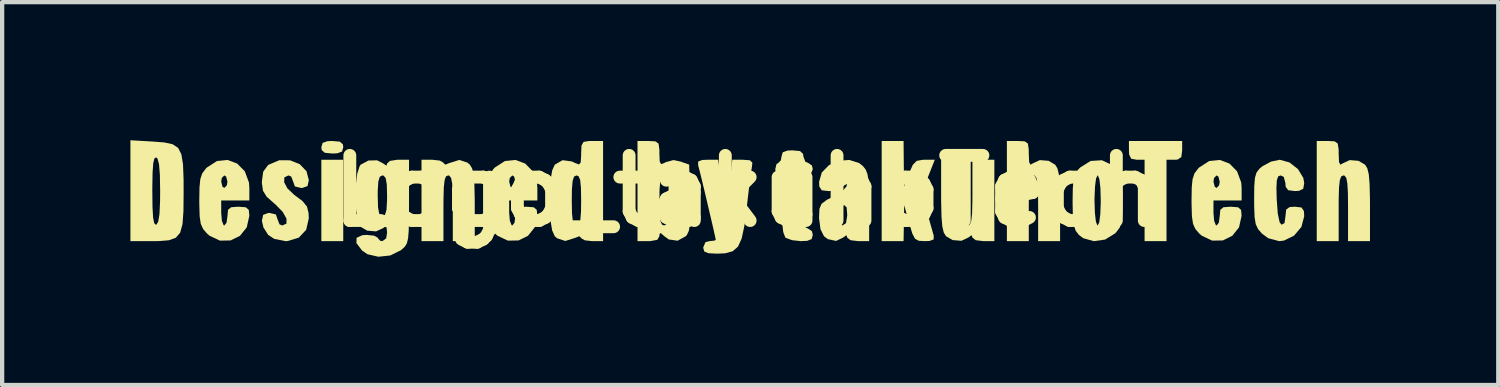
<source format=kicad_pcb>
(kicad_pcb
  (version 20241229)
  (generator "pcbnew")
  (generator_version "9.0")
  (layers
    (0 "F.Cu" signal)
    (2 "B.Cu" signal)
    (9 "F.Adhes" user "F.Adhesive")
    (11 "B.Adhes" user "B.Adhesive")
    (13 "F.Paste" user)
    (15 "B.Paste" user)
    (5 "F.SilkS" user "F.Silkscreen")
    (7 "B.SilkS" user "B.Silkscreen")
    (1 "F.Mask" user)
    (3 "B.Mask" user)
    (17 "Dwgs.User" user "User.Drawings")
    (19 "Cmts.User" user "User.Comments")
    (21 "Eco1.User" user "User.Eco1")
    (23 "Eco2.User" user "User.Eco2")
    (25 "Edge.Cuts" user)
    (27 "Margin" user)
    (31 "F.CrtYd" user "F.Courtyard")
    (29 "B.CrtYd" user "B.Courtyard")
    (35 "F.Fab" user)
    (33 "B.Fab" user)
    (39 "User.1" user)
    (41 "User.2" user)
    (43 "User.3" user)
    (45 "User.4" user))
  (footprint "Logo_takuhoTech"
    (layer "F.Cu")
    (at 14.42 1.418)
    (property "Reference" "Logo_takuhoTech" (at 0 0 0) (layer "F.SilkS") (effects (font (size 1.524 1.524) (thickness 0.3))))
    (attr board_only exclude_from_pos_files exclude_from_bom)
    (fp_poly (pts (xy -9.443 1.171) (xy -9.955 1.171) (xy -9.955 -0.732) (xy -9.443 -0.732)) (stroke (width 0) (type solid)) (fill yes) (layer "F.SilkS"))
    (fp_poly (pts (xy -9.522 -1.155) (xy -9.451 -1.091) (xy -9.443 -1.025) (xy -9.471 -0.924) (xy -9.583 -0.883) (xy -9.699 -0.878) (xy -9.875 -0.895) (xy -9.947 -0.959) (xy -9.955 -1.025) (xy -9.926 -1.126) (xy -9.815 -1.166) (xy -9.699 -1.171)) (stroke (width 0) (type solid)) (fill yes) (layer "F.SilkS"))
    (fp_poly (pts (xy 10.175 -0.952) (xy 10.155 -0.795) (xy 10.071 -0.737) (xy 9.992 -0.732) (xy 9.809 -0.732) (xy 9.809 1.171) (xy 9.296 1.171) (xy 9.296 -0.732) (xy 9.113 -0.732) (xy 8.982 -0.756) (xy 8.935 -0.856) (xy 8.93 -0.952) (xy 8.93 -1.171) (xy 10.175 -1.171)) (stroke (width 0) (type solid)) (fill yes) (layer "F.SilkS"))
    (fp_poly (pts (xy -7.187 -0.713) (xy -7.103 -0.666) (xy -7.1 -0.656) (xy -7.055 -0.618) (xy -6.959 -0.656) (xy -6.729 -0.728) (xy -6.538 -0.665) (xy -6.483 -0.617) (xy -6.431 -0.533) (xy -6.396 -0.391) (xy -6.377 -0.163) (xy -6.369 0.176) (xy -6.368 0.335) (xy -6.368 1.171) (xy -6.881 1.171) (xy -6.881 0.403) (xy -6.884 0.052) (xy -6.896 -0.177) (xy -6.921 -0.306) (xy -6.962 -0.36) (xy -6.99 -0.366) (xy -7.041 -0.342) (xy -7.073 -0.256) (xy -7.092 -0.083) (xy -7.099 0.2) (xy -7.1 0.403) (xy -7.1 1.171) (xy -7.613 1.171) (xy -7.613 -0.732) (xy -7.356 -0.732)) (stroke (width 0) (type solid)) (fill yes) (layer "F.SilkS"))
    (fp_poly (pts (xy 3.665 -0.64) (xy 3.671 -0.11) (xy 3.79 -0.421) (xy 3.877 -0.615) (xy 3.967 -0.706) (xy 4.106 -0.731) (xy 4.15 -0.732) (xy 4.39 -0.732) (xy 4.239 -0.35) (xy 4.178 -0.19) (xy 4.141 -0.058) (xy 4.132 0.076) (xy 4.152 0.242) (xy 4.205 0.471) (xy 4.294 0.792) (xy 4.365 1.043) (xy 4.363 1.131) (xy 4.267 1.167) (xy 4.155 1.171) (xy 4.016 1.163) (xy 3.929 1.116) (xy 3.865 0.996) (xy 3.797 0.77) (xy 3.791 0.75) (xy 3.674 0.329) (xy 3.667 0.75) (xy 3.66 1.171) (xy 3.148 1.171) (xy 3.148 -1.171) (xy 3.66 -1.171)) (stroke (width 0) (type solid)) (fill yes) (layer "F.SilkS"))
    (fp_poly (pts (xy 5.051 0.037) (xy 5.054 0.388) (xy 5.066 0.616) (xy 5.091 0.745) (xy 5.132 0.799) (xy 5.161 0.805) (xy 5.211 0.782) (xy 5.243 0.695) (xy 5.262 0.522) (xy 5.269 0.239) (xy 5.27 0.037) (xy 5.27 -0.732) (xy 5.783 -0.732) (xy 5.783 1.171) (xy 5.527 1.171) (xy 5.348 1.149) (xy 5.271 1.09) (xy 5.27 1.083) (xy 5.249 1.032) (xy 5.182 1.083) (xy 5.012 1.163) (xy 4.806 1.146) (xy 4.653 1.056) (xy 4.601 0.973) (xy 4.566 0.83) (xy 4.547 0.602) (xy 4.539 0.263) (xy 4.538 0.105) (xy 4.538 -0.732) (xy 5.051 -0.732)) (stroke (width 0) (type solid)) (fill yes) (layer "F.SilkS"))
    (fp_poly (pts (xy 6.493 -1.163) (xy 6.567 -1.111) (xy 6.587 -0.975) (xy 6.588 -0.864) (xy 6.597 -0.677) (xy 6.628 -0.616) (xy 6.676 -0.644) (xy 6.846 -0.724) (xy 7.052 -0.707) (xy 7.205 -0.617) (xy 7.257 -0.533) (xy 7.292 -0.391) (xy 7.312 -0.163) (xy 7.319 0.176) (xy 7.32 0.335) (xy 7.32 1.171) (xy 6.807 1.171) (xy 6.807 0.403) (xy 6.804 0.052) (xy 6.792 -0.177) (xy 6.767 -0.306) (xy 6.727 -0.36) (xy 6.698 -0.366) (xy 6.648 -0.342) (xy 6.615 -0.256) (xy 6.596 -0.083) (xy 6.589 0.2) (xy 6.588 0.403) (xy 6.588 1.171) (xy 6.076 1.171) (xy 6.076 -1.171) (xy 6.332 -1.171)) (stroke (width 0) (type solid)) (fill yes) (layer "F.SilkS"))
    (fp_poly (pts (xy 13.74 -1.163) (xy 13.813 -1.111) (xy 13.834 -0.975) (xy 13.835 -0.864) (xy 13.843 -0.677) (xy 13.875 -0.616) (xy 13.922 -0.644) (xy 14.093 -0.724) (xy 14.299 -0.707) (xy 14.452 -0.617) (xy 14.504 -0.533) (xy 14.539 -0.391) (xy 14.558 -0.163) (xy 14.566 0.176) (xy 14.567 0.335) (xy 14.567 1.171) (xy 14.054 1.171) (xy 14.054 0.403) (xy 14.051 0.052) (xy 14.038 -0.177) (xy 14.014 -0.306) (xy 13.973 -0.36) (xy 13.944 -0.366) (xy 13.894 -0.342) (xy 13.862 -0.256) (xy 13.843 -0.083) (xy 13.835 0.2) (xy 13.835 0.403) (xy 13.835 1.171) (xy 13.322 1.171) (xy 13.322 -1.171) (xy 13.578 -1.171)) (stroke (width 0) (type solid)) (fill yes) (layer "F.SilkS"))
    (fp_poly (pts (xy -13.9 -1.158) (xy -13.628 -1.137) (xy -13.434 -1.095) (xy -13.305 -1.01) (xy -13.229 -0.86) (xy -13.19 -0.622) (xy -13.177 -0.275) (xy -13.176 0.039) (xy -13.18 0.468) (xy -13.202 0.773) (xy -13.257 0.974) (xy -13.359 1.092) (xy -13.521 1.151) (xy -13.759 1.17) (xy -13.932 1.171) (xy -14.42 1.171) (xy -14.42 0) (xy -13.908 0) (xy -13.904 0.372) (xy -13.89 0.616) (xy -13.865 0.749) (xy -13.827 0.789) (xy -13.816 0.787) (xy -13.771 0.719) (xy -13.741 0.543) (xy -13.727 0.244) (xy -13.725 0) (xy -13.731 -0.38) (xy -13.751 -0.628) (xy -13.787 -0.759) (xy -13.816 -0.787) (xy -13.858 -0.765) (xy -13.886 -0.653) (xy -13.902 -0.435) (xy -13.908 -0.091) (xy -13.908 0) (xy -14.42 0) (xy -14.42 -1.188)) (stroke (width 0) (type solid)) (fill yes) (layer "F.SilkS"))
    (fp_poly (pts (xy 1.238 -0.935) (xy 1.309 -0.871) (xy 1.318 -0.805) (xy 1.363 -0.686) (xy 1.427 -0.659) (xy 1.517 -0.598) (xy 1.537 -0.512) (xy 1.491 -0.393) (xy 1.427 -0.366) (xy 1.372 -0.339) (xy 1.339 -0.243) (xy 1.322 -0.05) (xy 1.318 0.256) (xy 1.322 0.567) (xy 1.339 0.758) (xy 1.373 0.853) (xy 1.427 0.878) (xy 1.517 0.939) (xy 1.537 1.025) (xy 1.511 1.122) (xy 1.407 1.164) (xy 1.259 1.171) (xy 1.054 1.149) (xy 0.908 1.096) (xy 0.893 1.083) (xy 0.846 0.958) (xy 0.816 0.703) (xy 0.805 0.335) (xy 0.805 0.315) (xy 0.798 -0.008) (xy 0.777 -0.24) (xy 0.746 -0.357) (xy 0.732 -0.366) (xy 0.673 -0.427) (xy 0.659 -0.512) (xy 0.689 -0.631) (xy 0.732 -0.659) (xy 0.791 -0.72) (xy 0.805 -0.805) (xy 0.834 -0.906) (xy 0.946 -0.947) (xy 1.061 -0.952)) (stroke (width 0) (type solid)) (fill yes) (layer "F.SilkS"))
    (fp_poly (pts (xy -0.588 -0.091) (xy -0.536 0.281) (xy -0.497 0.515) (xy -0.471 0.618) (xy -0.454 0.596) (xy -0.446 0.457) (xy -0.445 0.432) (xy -0.434 0.21) (xy -0.411 -0.08) (xy -0.392 -0.282) (xy -0.345 -0.732) (xy -0.098 -0.732) (xy 0.067 -0.72) (xy 0.124 -0.664) (xy 0.114 -0.567) (xy 0.092 -0.429) (xy 0.059 -0.182) (xy 0.021 0.133) (xy -0.009 0.396) (xy -0.063 0.815) (xy -0.126 1.109) (xy -0.212 1.299) (xy -0.335 1.407) (xy -0.509 1.455) (xy -0.695 1.464) (xy -0.901 1.454) (xy -0.999 1.415) (xy -1.025 1.328) (xy -1.025 1.318) (xy -0.973 1.195) (xy -0.878 1.171) (xy -0.759 1.158) (xy -0.732 1.14) (xy -0.748 1.06) (xy -0.79 0.872) (xy -0.851 0.61) (xy -0.922 0.309) (xy -0.994 0.002) (xy -1.061 -0.276) (xy -1.114 -0.49) (xy -1.144 -0.604) (xy -1.143 -0.691) (xy -1.048 -0.727) (xy -0.927 -0.732) (xy -0.674 -0.732)) (stroke (width 0) (type solid)) (fill yes) (layer "F.SilkS"))
    (fp_poly (pts (xy 12.683 -0.67) (xy 12.883 -0.514) (xy 13.008 -0.307) (xy 13.029 -0.186) (xy 13.006 -0.053) (xy 12.908 -0.005) (xy 12.81 0) (xy 12.653 -0.02) (xy 12.595 -0.103) (xy 12.59 -0.183) (xy 12.551 -0.331) (xy 12.477 -0.366) (xy 12.42 -0.343) (xy 12.389 -0.254) (xy 12.379 -0.073) (xy 12.386 0.195) (xy 12.411 0.53) (xy 12.454 0.73) (xy 12.499 0.787) (xy 12.568 0.749) (xy 12.59 0.592) (xy 12.607 0.433) (xy 12.688 0.374) (xy 12.81 0.366) (xy 12.965 0.384) (xy 13.022 0.468) (xy 13.029 0.589) (xy 12.963 0.839) (xy 12.791 1.043) (xy 12.555 1.158) (xy 12.444 1.171) (xy 12.187 1.103) (xy 12.038 0.992) (xy 11.949 0.889) (xy 11.895 0.773) (xy 11.868 0.606) (xy 11.859 0.35) (xy 11.858 0.192) (xy 11.861 -0.114) (xy 11.877 -0.311) (xy 11.914 -0.434) (xy 11.982 -0.522) (xy 12.051 -0.58) (xy 12.253 -0.689) (xy 12.457 -0.732)) (stroke (width 0) (type solid)) (fill yes) (layer "F.SilkS"))
    (fp_poly (pts (xy 8.548 -0.603) (xy 8.604 -0.552) (xy 8.695 -0.447) (xy 8.749 -0.327) (xy 8.775 -0.154) (xy 8.784 0.114) (xy 8.784 0.22) (xy 8.779 0.523) (xy 8.759 0.721) (xy 8.715 0.853) (xy 8.636 0.958) (xy 8.604 0.992) (xy 8.374 1.134) (xy 8.109 1.172) (xy 7.861 1.102) (xy 7.759 1.025) (xy 7.685 0.929) (xy 7.641 0.798) (xy 7.619 0.596) (xy 7.613 0.287) (xy 7.613 0.253) (xy 7.613 0.22) (xy 8.125 0.22) (xy 8.134 0.51) (xy 8.157 0.713) (xy 8.192 0.803) (xy 8.198 0.805) (xy 8.235 0.737) (xy 8.26 0.55) (xy 8.271 0.272) (xy 8.271 0.22) (xy 8.263 -0.07) (xy 8.24 -0.274) (xy 8.205 -0.364) (xy 8.198 -0.366) (xy 8.162 -0.298) (xy 8.137 -0.111) (xy 8.125 0.167) (xy 8.125 0.22) (xy 7.613 0.22) (xy 7.617 -0.059) (xy 7.634 -0.264) (xy 7.674 -0.398) (xy 7.744 -0.502) (xy 7.792 -0.552) (xy 8.034 -0.704) (xy 8.298 -0.721)) (stroke (width 0) (type solid)) (fill yes) (layer "F.SilkS"))
    (fp_poly (pts (xy -11.923 -0.643) (xy -11.745 -0.462) (xy -11.648 -0.2) (xy -11.639 -0.077) (xy -11.639 0.22) (xy -12.297 0.22) (xy -12.297 0.512) (xy -12.281 0.696) (xy -12.241 0.798) (xy -12.224 0.805) (xy -12.173 0.742) (xy -12.151 0.588) (xy -12.151 0.586) (xy -12.137 0.438) (xy -12.064 0.378) (xy -11.895 0.366) (xy -11.722 0.379) (xy -11.652 0.44) (xy -11.639 0.576) (xy -11.699 0.848) (xy -11.857 1.046) (xy -12.079 1.155) (xy -12.328 1.159) (xy -12.57 1.045) (xy -12.63 0.992) (xy -12.721 0.886) (xy -12.775 0.766) (xy -12.801 0.593) (xy -12.809 0.326) (xy -12.81 0.22) (xy -12.805 -0.084) (xy -12.792 -0.22) (xy -12.297 -0.22) (xy -12.267 -0.101) (xy -12.224 -0.073) (xy -12.165 -0.135) (xy -12.151 -0.22) (xy -12.182 -0.339) (xy -12.224 -0.366) (xy -12.284 -0.305) (xy -12.297 -0.22) (xy -12.792 -0.22) (xy -12.785 -0.282) (xy -12.741 -0.413) (xy -12.662 -0.519) (xy -12.63 -0.552) (xy -12.396 -0.703) (xy -12.15 -0.728)) (stroke (width 0) (type solid)) (fill yes) (layer "F.SilkS"))
    (fp_poly (pts (xy -10.686 -0.719) (xy -10.461 -0.629) (xy -10.303 -0.464) (xy -10.248 -0.256) (xy -10.278 -0.117) (xy -10.397 -0.074) (xy -10.431 -0.073) (xy -10.574 -0.108) (xy -10.614 -0.22) (xy -10.66 -0.339) (xy -10.724 -0.366) (xy -10.82 -0.32) (xy -10.825 -0.206) (xy -10.747 -0.06) (xy -10.596 0.082) (xy -10.596 0.083) (xy -10.396 0.234) (xy -10.292 0.362) (xy -10.254 0.514) (xy -10.249 0.64) (xy -10.31 0.906) (xy -10.483 1.09) (xy -10.745 1.169) (xy -10.797 1.171) (xy -11.058 1.118) (xy -11.199 1.025) (xy -11.31 0.85) (xy -11.346 0.695) (xy -11.316 0.556) (xy -11.197 0.513) (xy -11.163 0.512) (xy -11.019 0.547) (xy -10.98 0.659) (xy -10.934 0.778) (xy -10.87 0.805) (xy -10.771 0.761) (xy -10.77 0.646) (xy -10.858 0.488) (xy -11.024 0.317) (xy -11.053 0.293) (xy -11.234 0.132) (xy -11.321 -0.009) (xy -11.345 -0.186) (xy -11.346 -0.222) (xy -11.315 -0.452) (xy -11.209 -0.599) (xy -11.183 -0.618) (xy -10.939 -0.721)) (stroke (width 0) (type solid)) (fill yes) (layer "F.SilkS"))
    (fp_poly (pts (xy -5.188 -0.643) (xy -5.011 -0.462) (xy -4.914 -0.2) (xy -4.904 -0.077) (xy -4.904 0.22) (xy -5.563 0.22) (xy -5.563 0.512) (xy -5.547 0.696) (xy -5.506 0.798) (xy -5.49 0.805) (xy -5.439 0.742) (xy -5.417 0.588) (xy -5.417 0.586) (xy -5.402 0.438) (xy -5.33 0.378) (xy -5.161 0.366) (xy -4.988 0.379) (xy -4.918 0.44) (xy -4.904 0.576) (xy -4.965 0.848) (xy -5.123 1.046) (xy -5.344 1.155) (xy -5.594 1.159) (xy -5.836 1.045) (xy -5.896 0.992) (xy -5.987 0.886) (xy -6.041 0.766) (xy -6.067 0.593) (xy -6.075 0.326) (xy -6.076 0.22) (xy -6.071 -0.084) (xy -6.057 -0.22) (xy -5.563 -0.22) (xy -5.532 -0.101) (xy -5.49 -0.073) (xy -5.43 -0.135) (xy -5.417 -0.22) (xy -5.447 -0.339) (xy -5.49 -0.366) (xy -5.549 -0.305) (xy -5.563 -0.22) (xy -6.057 -0.22) (xy -6.051 -0.282) (xy -6.006 -0.413) (xy -5.928 -0.519) (xy -5.896 -0.552) (xy -5.662 -0.703) (xy -5.416 -0.728)) (stroke (width 0) (type solid)) (fill yes) (layer "F.SilkS"))
    (fp_poly (pts (xy -3.367 1.171) (xy -3.623 1.171) (xy -3.793 1.152) (xy -3.877 1.105) (xy -3.88 1.095) (xy -3.924 1.057) (xy -4.021 1.095) (xy -4.251 1.167) (xy -4.442 1.104) (xy -4.497 1.056) (xy -4.558 0.919) (xy -4.598 0.679) (xy -4.619 0.377) (xy -4.618 0.22) (xy -4.099 0.22) (xy -4.094 0.52) (xy -4.075 0.7) (xy -4.038 0.787) (xy -3.989 0.805) (xy -3.933 0.778) (xy -3.899 0.678) (xy -3.883 0.479) (xy -3.88 0.22) (xy -3.885 -0.081) (xy -3.903 -0.261) (xy -3.941 -0.347) (xy -3.989 -0.366) (xy -4.046 -0.338) (xy -4.079 -0.238) (xy -4.096 -0.04) (xy -4.099 0.22) (xy -4.618 0.22) (xy -4.618 0.054) (xy -4.598 -0.247) (xy -4.556 -0.485) (xy -4.497 -0.617) (xy -4.314 -0.722) (xy -4.099 -0.693) (xy -4.021 -0.656) (xy -3.931 -0.622) (xy -3.89 -0.67) (xy -3.88 -0.828) (xy -3.88 -0.876) (xy -3.872 -1.064) (xy -3.825 -1.149) (xy -3.702 -1.17) (xy -3.623 -1.171) (xy -3.367 -1.171)) (stroke (width 0) (type solid)) (fill yes) (layer "F.SilkS"))
    (fp_poly (pts (xy -2.142 -1.162) (xy -2.069 -1.108) (xy -2.05 -0.965) (xy -2.05 -0.878) (xy -2.043 -0.695) (xy -2.012 -0.63) (xy -1.936 -0.656) (xy -1.907 -0.674) (xy -1.72 -0.725) (xy -1.559 -0.691) (xy -1.354 -0.619) (xy -1.333 0.159) (xy -1.328 0.523) (xy -1.336 0.77) (xy -1.361 0.928) (xy -1.406 1.025) (xy -1.43 1.054) (xy -1.624 1.161) (xy -1.83 1.132) (xy -1.935 1.056) (xy -2.022 0.98) (xy -2.048 1.012) (xy -2.05 1.056) (xy -2.099 1.14) (xy -2.261 1.17) (xy -2.306 1.171) (xy -2.562 1.171) (xy -2.562 0.22) (xy -2.05 0.22) (xy -2.044 0.52) (xy -2.026 0.7) (xy -1.988 0.787) (xy -1.94 0.805) (xy -1.883 0.778) (xy -1.85 0.678) (xy -1.833 0.479) (xy -1.83 0.22) (xy -1.835 -0.081) (xy -1.854 -0.261) (xy -1.891 -0.347) (xy -1.94 -0.366) (xy -1.996 -0.338) (xy -2.03 -0.238) (xy -2.046 -0.04) (xy -2.05 0.22) (xy -2.562 0.22) (xy -2.562 -1.171) (xy -2.306 -1.171)) (stroke (width 0) (type solid)) (fill yes) (layer "F.SilkS"))
    (fp_poly (pts (xy 11.281 -0.643) (xy 11.459 -0.462) (xy 11.556 -0.2) (xy 11.565 -0.077) (xy 11.565 0.22) (xy 10.907 0.22) (xy 10.907 0.512) (xy 10.923 0.696) (xy 10.963 0.798) (xy 10.98 0.805) (xy 11.031 0.742) (xy 11.053 0.588) (xy 11.053 0.586) (xy 11.067 0.438) (xy 11.14 0.378) (xy 11.309 0.366) (xy 11.482 0.379) (xy 11.552 0.44) (xy 11.565 0.576) (xy 11.505 0.848) (xy 11.347 1.046) (xy 11.125 1.155) (xy 10.876 1.159) (xy 10.634 1.045) (xy 10.574 0.992) (xy 10.483 0.886) (xy 10.429 0.766) (xy 10.403 0.593) (xy 10.395 0.326) (xy 10.394 0.22) (xy 10.399 -0.084) (xy 10.412 -0.22) (xy 10.907 -0.22) (xy 10.937 -0.101) (xy 10.98 -0.073) (xy 11.039 -0.135) (xy 11.053 -0.22) (xy 11.022 -0.339) (xy 10.98 -0.366) (xy 10.92 -0.305) (xy 10.907 -0.22) (xy 10.412 -0.22) (xy 10.419 -0.282) (xy 10.463 -0.413) (xy 10.542 -0.519) (xy 10.574 -0.552) (xy 10.808 -0.703) (xy 11.054 -0.728)) (stroke (width 0) (type solid)) (fill yes) (layer "F.SilkS"))
    (fp_poly (pts (xy 2.62 -0.655) (xy 2.708 -0.586) (xy 2.774 -0.504) (xy 2.816 -0.395) (xy 2.841 -0.229) (xy 2.852 0.025) (xy 2.855 0.366) (xy 2.855 1.171) (xy 2.599 1.171) (xy 2.42 1.149) (xy 2.343 1.09) (xy 2.342 1.083) (xy 2.321 1.032) (xy 2.255 1.083) (xy 2.082 1.166) (xy 1.888 1.124) (xy 1.799 1.056) (xy 1.717 0.892) (xy 1.684 0.638) (xy 1.684 0.616) (xy 1.685 0.593) (xy 2.123 0.593) (xy 2.157 0.762) (xy 2.233 0.805) (xy 2.314 0.749) (xy 2.342 0.571) (xy 2.342 0.551) (xy 2.328 0.382) (xy 2.275 0.33) (xy 2.233 0.34) (xy 2.151 0.439) (xy 2.123 0.593) (xy 1.685 0.593) (xy 1.692 0.418) (xy 1.741 0.299) (xy 1.864 0.206) (xy 2.013 0.131) (xy 2.227 0.007) (xy 2.326 -0.11) (xy 2.342 -0.198) (xy 2.301 -0.334) (xy 2.233 -0.366) (xy 2.144 -0.302) (xy 2.123 -0.183) (xy 2.099 -0.052) (xy 1.999 -0.004) (xy 1.903 0) (xy 1.747 -0.018) (xy 1.69 -0.103) (xy 1.684 -0.214) (xy 1.748 -0.435) (xy 1.913 -0.604) (xy 2.141 -0.707) (xy 2.39 -0.728)) (stroke (width 0) (type solid)) (fill yes) (layer "F.SilkS"))
    (fp_poly (pts (xy -7.905 0.251) (xy -7.906 0.647) (xy -7.912 0.923) (xy -7.927 1.107) (xy -7.956 1.224) (xy -8.003 1.301) (xy -8.073 1.365) (xy -8.098 1.385) (xy -8.343 1.506) (xy -8.621 1.536) (xy -8.877 1.477) (xy -9.003 1.391) (xy -9.135 1.216) (xy -9.132 1.094) (xy -8.998 1.032) (xy -8.894 1.025) (xy -8.724 1.043) (xy -8.64 1.088) (xy -8.637 1.098) (xy -8.578 1.163) (xy -8.528 1.171) (xy -8.44 1.107) (xy -8.418 0.974) (xy -8.431 0.844) (xy -8.48 0.841) (xy -8.506 0.864) (xy -8.676 0.943) (xy -8.882 0.926) (xy -9.035 0.837) (xy -9.1 0.694) (xy -9.141 0.453) (xy -9.158 0.159) (xy -9.156 0.11) (xy -8.637 0.11) (xy -8.63 0.377) (xy -8.604 0.525) (xy -8.553 0.582) (xy -8.528 0.586) (xy -8.466 0.554) (xy -8.432 0.44) (xy -8.419 0.218) (xy -8.418 0.11) (xy -8.425 -0.157) (xy -8.451 -0.305) (xy -8.503 -0.363) (xy -8.528 -0.366) (xy -8.589 -0.334) (xy -8.623 -0.221) (xy -8.637 0.002) (xy -8.637 0.11) (xy -9.156 0.11) (xy -9.149 -0.142) (xy -9.116 -0.406) (xy -9.059 -0.585) (xy -9.035 -0.617) (xy -8.855 -0.714) (xy -8.65 -0.719) (xy -8.506 -0.644) (xy -8.433 -0.593) (xy -8.418 -0.644) (xy -8.352 -0.705) (xy -8.181 -0.732) (xy -8.162 -0.732) (xy -7.905 -0.732)) (stroke (width 0) (type solid)) (fill yes) (layer "F.SilkS")))
  (gr_rect
    (start -3 -3)
    (end 31.987 5.954)
    (stroke (width 0.1) (type default))
    (fill no)
    (layer "Edge.Cuts")))
</source>
